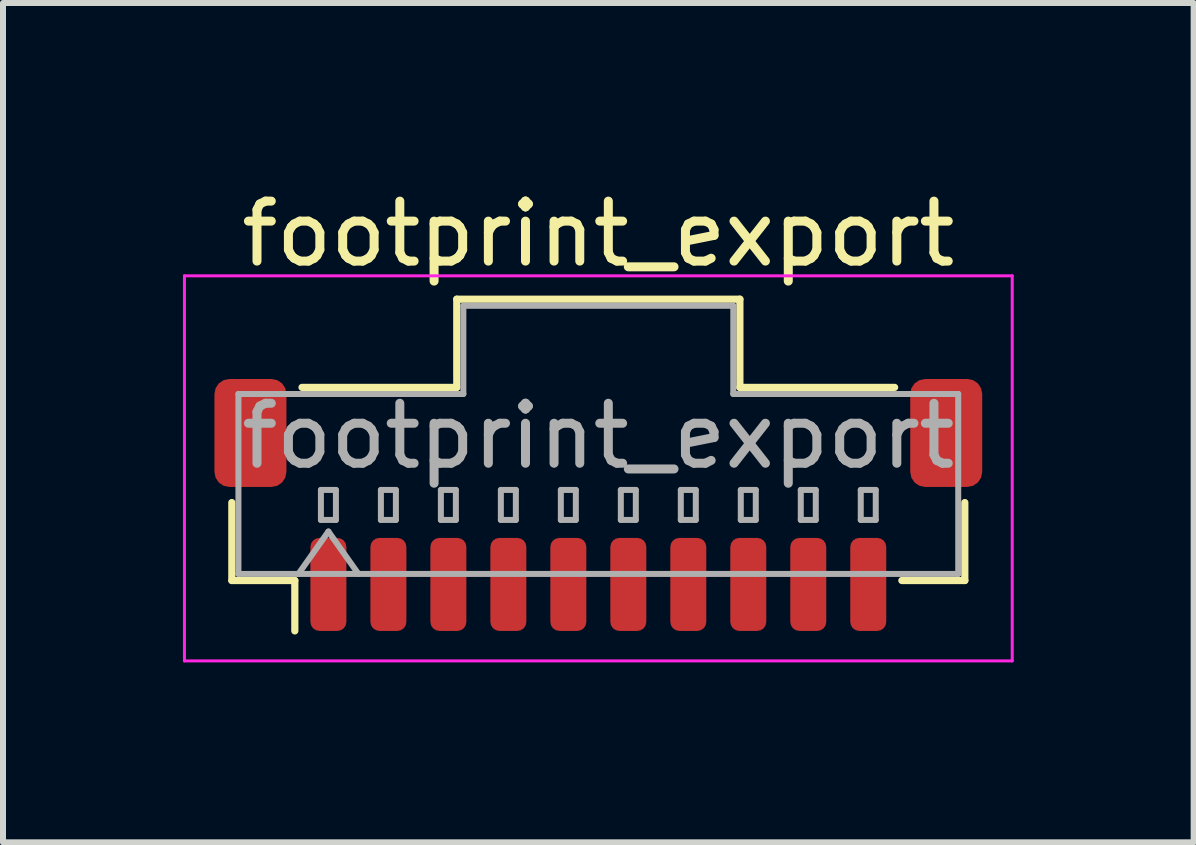
<source format=kicad_pcb>
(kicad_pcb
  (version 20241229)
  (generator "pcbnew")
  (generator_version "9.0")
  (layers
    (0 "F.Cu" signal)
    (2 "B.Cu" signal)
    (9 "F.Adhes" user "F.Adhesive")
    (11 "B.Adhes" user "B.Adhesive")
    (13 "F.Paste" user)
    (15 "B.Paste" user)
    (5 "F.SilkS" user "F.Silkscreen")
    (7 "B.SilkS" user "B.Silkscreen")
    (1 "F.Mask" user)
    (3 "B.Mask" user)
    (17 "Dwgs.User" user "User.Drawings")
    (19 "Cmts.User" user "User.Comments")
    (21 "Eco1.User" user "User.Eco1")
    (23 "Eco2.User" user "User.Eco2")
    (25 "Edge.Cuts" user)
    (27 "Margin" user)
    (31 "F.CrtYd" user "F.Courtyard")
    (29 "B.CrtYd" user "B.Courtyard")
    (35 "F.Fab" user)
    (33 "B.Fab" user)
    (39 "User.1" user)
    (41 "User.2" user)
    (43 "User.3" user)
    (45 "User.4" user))
  (footprint "footprint_export"
    (layer "F.Cu")
    (at 6.925 5.368)
    (property "Reference" "footprint_export" (at 0 -4.52 0) (layer "F.SilkS") (effects (font (size 1 1) (thickness 0.15))))
    (attr smd)
    (fp_line (start -6.11 -0.04) (end -6.11 1.26) (stroke (width 0.12) (type solid)) (layer "F.SilkS"))
    (fp_line (start -6.11 1.26) (end -5.06 1.26) (stroke (width 0.12) (type solid)) (layer "F.SilkS"))
    (fp_line (start -5.06 1.26) (end -5.06 2.1) (stroke (width 0.12) (type solid)) (layer "F.SilkS"))
    (fp_line (start -4.94 -1.96) (end -2.36 -1.96) (stroke (width 0.12) (type solid)) (layer "F.SilkS"))
    (fp_line (start -2.36 -3.43) (end 2.36 -3.43) (stroke (width 0.12) (type solid)) (layer "F.SilkS"))
    (fp_line (start -2.36 -1.96) (end -2.36 -3.43) (stroke (width 0.12) (type solid)) (layer "F.SilkS"))
    (fp_line (start 2.36 -3.43) (end 2.36 -1.96) (stroke (width 0.12) (type solid)) (layer "F.SilkS"))
    (fp_line (start 2.36 -1.96) (end 4.94 -1.96) (stroke (width 0.12) (type solid)) (layer "F.SilkS"))
    (fp_line (start 6.11 -0.04) (end 6.11 1.26) (stroke (width 0.12) (type solid)) (layer "F.SilkS"))
    (fp_line (start 6.11 1.26) (end 5.06 1.26) (stroke (width 0.12) (type solid)) (layer "F.SilkS"))
    (fp_line (start -6.9 -3.82) (end -6.9 2.6) (stroke (width 0.05) (type solid)) (layer "F.CrtYd"))
    (fp_line (start -6.9 2.6) (end 6.9 2.6) (stroke (width 0.05) (type solid)) (layer "F.CrtYd"))
    (fp_line (start 6.9 -3.82) (end -6.9 -3.82) (stroke (width 0.05) (type solid)) (layer "F.CrtYd"))
    (fp_line (start 6.9 2.6) (end 6.9 -3.82) (stroke (width 0.05) (type solid)) (layer "F.CrtYd"))
    (fp_line (start -6 -1.85) (end -2.25 -1.85) (stroke (width 0.1) (type solid)) (layer "F.Fab"))
    (fp_line (start -6 1.15) (end -6 -1.85) (stroke (width 0.1) (type solid)) (layer "F.Fab"))
    (fp_line (start -6 1.15) (end 6 1.15) (stroke (width 0.1) (type solid)) (layer "F.Fab"))
    (fp_line (start -5 1.15) (end -4.5 0.443) (stroke (width 0.1) (type solid)) (layer "F.Fab"))
    (fp_line (start -4.625 -0.25) (end -4.625 0.25) (stroke (width 0.1) (type solid)) (layer "F.Fab"))
    (fp_line (start -4.625 0.25) (end -4.375 0.25) (stroke (width 0.1) (type solid)) (layer "F.Fab"))
    (fp_line (start -4.5 0.443) (end -4 1.15) (stroke (width 0.1) (type solid)) (layer "F.Fab"))
    (fp_line (start -4.375 -0.25) (end -4.625 -0.25) (stroke (width 0.1) (type solid)) (layer "F.Fab"))
    (fp_line (start -4.375 0.25) (end -4.375 -0.25) (stroke (width 0.1) (type solid)) (layer "F.Fab"))
    (fp_line (start -3.625 -0.25) (end -3.625 0.25) (stroke (width 0.1) (type solid)) (layer "F.Fab"))
    (fp_line (start -3.625 0.25) (end -3.375 0.25) (stroke (width 0.1) (type solid)) (layer "F.Fab"))
    (fp_line (start -3.375 -0.25) (end -3.625 -0.25) (stroke (width 0.1) (type solid)) (layer "F.Fab"))
    (fp_line (start -3.375 0.25) (end -3.375 -0.25) (stroke (width 0.1) (type solid)) (layer "F.Fab"))
    (fp_line (start -2.625 -0.25) (end -2.625 0.25) (stroke (width 0.1) (type solid)) (layer "F.Fab"))
    (fp_line (start -2.625 0.25) (end -2.375 0.25) (stroke (width 0.1) (type solid)) (layer "F.Fab"))
    (fp_line (start -2.375 -0.25) (end -2.625 -0.25) (stroke (width 0.1) (type solid)) (layer "F.Fab"))
    (fp_line (start -2.375 0.25) (end -2.375 -0.25) (stroke (width 0.1) (type solid)) (layer "F.Fab"))
    (fp_line (start -2.25 -3.32) (end 2.25 -3.32) (stroke (width 0.1) (type solid)) (layer "F.Fab"))
    (fp_line (start -2.25 -1.85) (end -2.25 -3.32) (stroke (width 0.1) (type solid)) (layer "F.Fab"))
    (fp_line (start -1.625 -0.25) (end -1.625 0.25) (stroke (width 0.1) (type solid)) (layer "F.Fab"))
    (fp_line (start -1.625 0.25) (end -1.375 0.25) (stroke (width 0.1) (type solid)) (layer "F.Fab"))
    (fp_line (start -1.375 -0.25) (end -1.625 -0.25) (stroke (width 0.1) (type solid)) (layer "F.Fab"))
    (fp_line (start -1.375 0.25) (end -1.375 -0.25) (stroke (width 0.1) (type solid)) (layer "F.Fab"))
    (fp_line (start -0.625 -0.25) (end -0.625 0.25) (stroke (width 0.1) (type solid)) (layer "F.Fab"))
    (fp_line (start -0.625 0.25) (end -0.375 0.25) (stroke (width 0.1) (type solid)) (layer "F.Fab"))
    (fp_line (start -0.375 -0.25) (end -0.625 -0.25) (stroke (width 0.1) (type solid)) (layer "F.Fab"))
    (fp_line (start -0.375 0.25) (end -0.375 -0.25) (stroke (width 0.1) (type solid)) (layer "F.Fab"))
    (fp_line (start 0.375 -0.25) (end 0.375 0.25) (stroke (width 0.1) (type solid)) (layer "F.Fab"))
    (fp_line (start 0.375 0.25) (end 0.625 0.25) (stroke (width 0.1) (type solid)) (layer "F.Fab"))
    (fp_line (start 0.625 -0.25) (end 0.375 -0.25) (stroke (width 0.1) (type solid)) (layer "F.Fab"))
    (fp_line (start 0.625 0.25) (end 0.625 -0.25) (stroke (width 0.1) (type solid)) (layer "F.Fab"))
    (fp_line (start 1.375 -0.25) (end 1.375 0.25) (stroke (width 0.1) (type solid)) (layer "F.Fab"))
    (fp_line (start 1.375 0.25) (end 1.625 0.25) (stroke (width 0.1) (type solid)) (layer "F.Fab"))
    (fp_line (start 1.625 -0.25) (end 1.375 -0.25) (stroke (width 0.1) (type solid)) (layer "F.Fab"))
    (fp_line (start 1.625 0.25) (end 1.625 -0.25) (stroke (width 0.1) (type solid)) (layer "F.Fab"))
    (fp_line (start 2.25 -3.32) (end 2.25 -1.85) (stroke (width 0.1) (type solid)) (layer "F.Fab"))
    (fp_line (start 2.25 -1.85) (end 6 -1.85) (stroke (width 0.1) (type solid)) (layer "F.Fab"))
    (fp_line (start 2.375 -0.25) (end 2.375 0.25) (stroke (width 0.1) (type solid)) (layer "F.Fab"))
    (fp_line (start 2.375 0.25) (end 2.625 0.25) (stroke (width 0.1) (type solid)) (layer "F.Fab"))
    (fp_line (start 2.625 -0.25) (end 2.375 -0.25) (stroke (width 0.1) (type solid)) (layer "F.Fab"))
    (fp_line (start 2.625 0.25) (end 2.625 -0.25) (stroke (width 0.1) (type solid)) (layer "F.Fab"))
    (fp_line (start 3.375 -0.25) (end 3.375 0.25) (stroke (width 0.1) (type solid)) (layer "F.Fab"))
    (fp_line (start 3.375 0.25) (end 3.625 0.25) (stroke (width 0.1) (type solid)) (layer "F.Fab"))
    (fp_line (start 3.625 -0.25) (end 3.375 -0.25) (stroke (width 0.1) (type solid)) (layer "F.Fab"))
    (fp_line (start 3.625 0.25) (end 3.625 -0.25) (stroke (width 0.1) (type solid)) (layer "F.Fab"))
    (fp_line (start 4.375 -0.25) (end 4.375 0.25) (stroke (width 0.1) (type solid)) (layer "F.Fab"))
    (fp_line (start 4.375 0.25) (end 4.625 0.25) (stroke (width 0.1) (type solid)) (layer "F.Fab"))
    (fp_line (start 4.625 -0.25) (end 4.375 -0.25) (stroke (width 0.1) (type solid)) (layer "F.Fab"))
    (fp_line (start 4.625 0.25) (end 4.625 -0.25) (stroke (width 0.1) (type solid)) (layer "F.Fab"))
    (fp_line (start 6 1.15) (end 6 -1.85) (stroke (width 0.1) (type solid)) (layer "F.Fab"))
    (fp_text user "${REFERENCE}" (at 0 -1.15 0) (layer "F.Fab") (effects (font (size 1 1) (thickness 0.15))))
    (pad "1" smd roundrect (at -4.5 1.325) (size 0.6 1.55) (layers "F.Cu" "F.Mask" "F.Paste") (roundrect_rratio 0.25))
    (pad "2" smd roundrect (at -3.5 1.325) (size 0.6 1.55) (layers "F.Cu" "F.Mask" "F.Paste") (roundrect_rratio 0.25))
    (pad "3" smd roundrect (at -2.5 1.325) (size 0.6 1.55) (layers "F.Cu" "F.Mask" "F.Paste") (roundrect_rratio 0.25))
    (pad "4" smd roundrect (at -1.5 1.325) (size 0.6 1.55) (layers "F.Cu" "F.Mask" "F.Paste") (roundrect_rratio 0.25))
    (pad "5" smd roundrect (at -0.5 1.325) (size 0.6 1.55) (layers "F.Cu" "F.Mask" "F.Paste") (roundrect_rratio 0.25))
    (pad "6" smd roundrect (at 0.5 1.325) (size 0.6 1.55) (layers "F.Cu" "F.Mask" "F.Paste") (roundrect_rratio 0.25))
    (pad "7" smd roundrect (at 1.5 1.325) (size 0.6 1.55) (layers "F.Cu" "F.Mask" "F.Paste") (roundrect_rratio 0.25))
    (pad "8" smd roundrect (at 2.5 1.325) (size 0.6 1.55) (layers "F.Cu" "F.Mask" "F.Paste") (roundrect_rratio 0.25))
    (pad "9" smd roundrect (at 3.5 1.325) (size 0.6 1.55) (layers "F.Cu" "F.Mask" "F.Paste") (roundrect_rratio 0.25))
    (pad "10" smd roundrect (at 4.5 1.325) (size 0.6 1.55) (layers "F.Cu" "F.Mask" "F.Paste") (roundrect_rratio 0.25))
    (pad "MP" smd roundrect (at -5.8 -1.2) (size 1.2 1.8) (layers "F.Cu" "F.Mask" "F.Paste") (roundrect_rratio 0.208))
    (pad "MP" smd roundrect (at 5.8 -1.2) (size 1.2 1.8) (layers "F.Cu" "F.Mask" "F.Paste") (roundrect_rratio 0.208)))
  (gr_rect
    (start -3 -3)
    (end 16.85 10.993)
    (stroke (width 0.1) (type default))
    (fill no)
    (layer "Edge.Cuts")))
</source>
